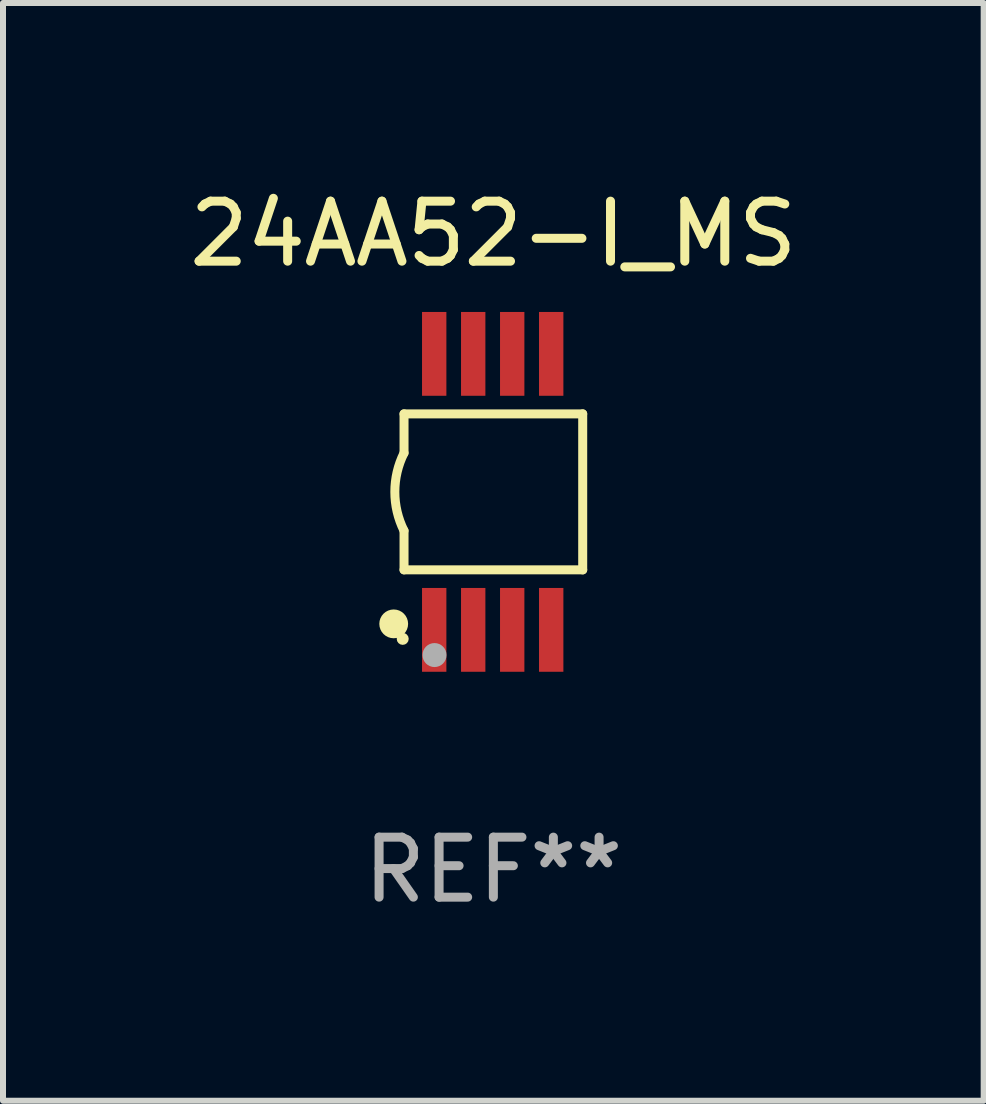
<source format=kicad_pcb>
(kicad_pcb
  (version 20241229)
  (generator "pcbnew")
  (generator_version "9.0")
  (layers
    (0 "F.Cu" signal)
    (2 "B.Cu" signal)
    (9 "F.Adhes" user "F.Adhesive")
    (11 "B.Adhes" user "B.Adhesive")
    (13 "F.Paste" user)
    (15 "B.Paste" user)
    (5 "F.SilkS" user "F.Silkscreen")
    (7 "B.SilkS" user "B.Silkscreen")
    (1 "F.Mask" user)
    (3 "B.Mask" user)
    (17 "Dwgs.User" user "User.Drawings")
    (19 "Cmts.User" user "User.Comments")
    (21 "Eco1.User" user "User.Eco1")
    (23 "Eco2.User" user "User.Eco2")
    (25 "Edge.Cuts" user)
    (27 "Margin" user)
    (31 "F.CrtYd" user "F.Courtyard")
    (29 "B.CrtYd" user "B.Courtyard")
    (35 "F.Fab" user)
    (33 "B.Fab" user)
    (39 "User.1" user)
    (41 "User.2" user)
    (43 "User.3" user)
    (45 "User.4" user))
  (footprint "24AA52-I_MS"
    (layer "F.Cu")
    (at 5.173 5.148)
    (property "Reference" "24AA52-I_MS" (at 0 -4.3 0) (layer "F.SilkS") (effects (font (size 1 1) (thickness 0.15))))
    (attr through_hole)
    (fp_line (start -1.489 -1.3) (end -1.489 -0.648) (stroke (width 0.15) (type solid)) (layer "F.SilkS"))
    (fp_line (start -1.489 0.648) (end -1.489 1.3) (stroke (width 0.15) (type solid)) (layer "F.SilkS"))
    (fp_line (start -1.489 1.3) (end 1.489 1.3) (stroke (width 0.15) (type solid)) (layer "F.SilkS"))
    (fp_line (start 1.489 -1.3) (end -1.489 -1.3) (stroke (width 0.15) (type solid)) (layer "F.SilkS"))
    (fp_line (start 1.489 1.3) (end 1.489 -1.3) (stroke (width 0.15) (type solid)) (layer "F.SilkS"))
    (fp_arc (start -1.489205 0.647702) (mid -1.642107 0) (end -1.489205 -0.647701) (stroke (width 0.150013) (type solid)) (layer "F.SilkS"))
    (fp_circle (center -1.661 2.2) (end -1.541 2.2) (stroke (width 0.24) (type solid)) (fill no) (layer "F.SilkS"))
    (fp_circle (center -1.511 2.45) (end -1.461 2.45) (stroke (width 0.1) (type solid)) (fill no) (layer "F.SilkS"))
    (fp_circle (center -0.981 2.72) (end -0.881 2.72) (stroke (width 0.2) (type solid)) (fill no) (layer "F.Fab"))
    (fp_text user "REF**" (at 0 6.3 0) (layer "F.Fab") (effects (font (size 1 1) (thickness 0.15))))
    (pad "1" smd rect (at -0.986 2.3) (size 0.406 1.397) (layers "F.Cu" "F.Mask" "F.Paste"))
    (pad "2" smd rect (at -0.336 2.3) (size 0.406 1.397) (layers "F.Cu" "F.Mask" "F.Paste"))
    (pad "3" smd rect (at 0.314 2.3) (size 0.406 1.397) (layers "F.Cu" "F.Mask" "F.Paste"))
    (pad "4" smd rect (at 0.964 2.3) (size 0.406 1.397) (layers "F.Cu" "F.Mask" "F.Paste"))
    (pad "5" smd rect (at 0.964 -2.3) (size 0.406 1.397) (layers "F.Cu" "F.Mask" "F.Paste"))
    (pad "6" smd rect (at 0.314 -2.3) (size 0.406 1.397) (layers "F.Cu" "F.Mask" "F.Paste"))
    (pad "7" smd rect (at -0.336 -2.3) (size 0.406 1.397) (layers "F.Cu" "F.Mask" "F.Paste"))
    (pad "8" smd rect (at -0.986 -2.3) (size 0.406 1.397) (layers "F.Cu" "F.Mask" "F.Paste")))
  (gr_rect
    (start -3 -3)
    (end 13.345 15.296)
    (stroke (width 0.1) (type default))
    (fill no)
    (layer "Edge.Cuts")))
</source>
